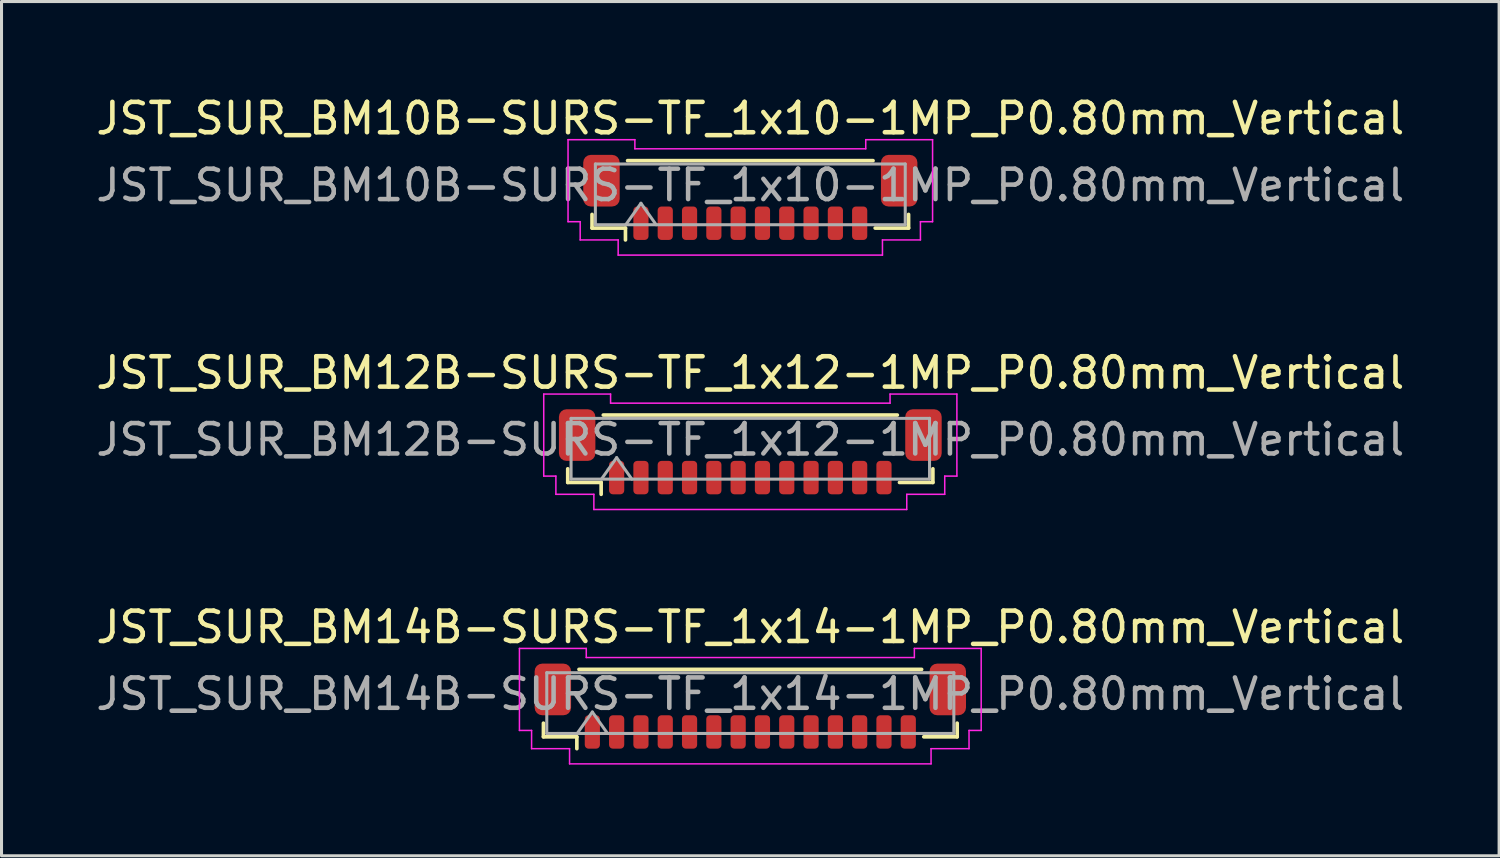
<source format=kicad_pcb>
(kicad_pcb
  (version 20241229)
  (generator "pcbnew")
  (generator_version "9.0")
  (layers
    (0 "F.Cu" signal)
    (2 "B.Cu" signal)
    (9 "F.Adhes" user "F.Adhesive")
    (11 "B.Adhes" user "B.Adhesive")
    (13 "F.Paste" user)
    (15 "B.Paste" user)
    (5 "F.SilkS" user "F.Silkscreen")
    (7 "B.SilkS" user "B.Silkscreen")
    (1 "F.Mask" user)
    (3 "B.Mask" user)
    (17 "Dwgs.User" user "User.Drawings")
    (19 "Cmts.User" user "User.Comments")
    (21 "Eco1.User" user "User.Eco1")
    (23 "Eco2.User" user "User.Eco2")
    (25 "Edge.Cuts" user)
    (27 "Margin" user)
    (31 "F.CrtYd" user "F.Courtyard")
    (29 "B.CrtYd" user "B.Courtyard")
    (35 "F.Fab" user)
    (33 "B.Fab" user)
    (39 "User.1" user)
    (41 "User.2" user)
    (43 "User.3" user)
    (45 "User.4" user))
  (footprint "JST_SUR_BM12B-SURS-TF_1x12-1MP_P0.80mm_Vertical"
    (layer "F.Cu")
    (at 21.649 11.822)
    (property "Reference" "JST_SUR_BM12B-SURS-TF_1x12-1MP_P0.80mm_Vertical" (at 0 -2.6 0) (layer "F.SilkS") (effects (font (size 1 1) (thickness 0.15))))
    (attr smd)
    (fp_line (start -6.01 0.56) (end -6.01 1.01) (stroke (width 0.12) (type solid)) (layer "F.SilkS"))
    (fp_line (start -6.01 1.01) (end -4.91 1.01) (stroke (width 0.12) (type solid)) (layer "F.SilkS"))
    (fp_line (start -4.91 1.01) (end -4.91 1.4) (stroke (width 0.12) (type solid)) (layer "F.SilkS"))
    (fp_line (start -4.84 -1.21) (end 4.84 -1.21) (stroke (width 0.12) (type solid)) (layer "F.SilkS"))
    (fp_line (start 6.01 0.56) (end 6.01 1.01) (stroke (width 0.12) (type solid)) (layer "F.SilkS"))
    (fp_line (start 6.01 1.01) (end 4.91 1.01) (stroke (width 0.12) (type solid)) (layer "F.SilkS"))
    (fp_line (start -6.8 -1.9) (end -4.6 -1.9) (stroke (width 0.05) (type solid)) (layer "F.CrtYd"))
    (fp_line (start -6.8 0.8) (end -6.8 -1.9) (stroke (width 0.05) (type solid)) (layer "F.CrtYd"))
    (fp_line (start -6.4 0.8) (end -6.8 0.8) (stroke (width 0.05) (type solid)) (layer "F.CrtYd"))
    (fp_line (start -6.4 1.4) (end -6.4 0.8) (stroke (width 0.05) (type solid)) (layer "F.CrtYd"))
    (fp_line (start -5.15 1.4) (end -6.4 1.4) (stroke (width 0.05) (type solid)) (layer "F.CrtYd"))
    (fp_line (start -5.15 1.9) (end -5.15 1.4) (stroke (width 0.05) (type solid)) (layer "F.CrtYd"))
    (fp_line (start -4.6 -1.9) (end -4.6 -1.6) (stroke (width 0.05) (type solid)) (layer "F.CrtYd"))
    (fp_line (start -4.6 -1.6) (end 4.6 -1.6) (stroke (width 0.05) (type solid)) (layer "F.CrtYd"))
    (fp_line (start 4.6 -1.9) (end 6.8 -1.9) (stroke (width 0.05) (type solid)) (layer "F.CrtYd"))
    (fp_line (start 4.6 -1.6) (end 4.6 -1.9) (stroke (width 0.05) (type solid)) (layer "F.CrtYd"))
    (fp_line (start 5.15 1.4) (end 5.15 1.9) (stroke (width 0.05) (type solid)) (layer "F.CrtYd"))
    (fp_line (start 5.15 1.9) (end -5.15 1.9) (stroke (width 0.05) (type solid)) (layer "F.CrtYd"))
    (fp_line (start 6.4 0.8) (end 6.4 1.4) (stroke (width 0.05) (type solid)) (layer "F.CrtYd"))
    (fp_line (start 6.4 1.4) (end 5.15 1.4) (stroke (width 0.05) (type solid)) (layer "F.CrtYd"))
    (fp_line (start 6.8 -1.9) (end 6.8 0.8) (stroke (width 0.05) (type solid)) (layer "F.CrtYd"))
    (fp_line (start 6.8 0.8) (end 6.4 0.8) (stroke (width 0.05) (type solid)) (layer "F.CrtYd"))
    (fp_line (start -5.9 -1.1) (end 5.9 -1.1) (stroke (width 0.1) (type solid)) (layer "F.Fab"))
    (fp_line (start -5.9 0.9) (end -5.9 -1.1) (stroke (width 0.1) (type solid)) (layer "F.Fab"))
    (fp_line (start -5.9 0.9) (end 5.9 0.9) (stroke (width 0.1) (type solid)) (layer "F.Fab"))
    (fp_line (start -4.9 0.9) (end -4.4 0.193) (stroke (width 0.1) (type solid)) (layer "F.Fab"))
    (fp_line (start -4.4 0.193) (end -3.9 0.9) (stroke (width 0.1) (type solid)) (layer "F.Fab"))
    (fp_line (start 5.9 0.9) (end 5.9 -1.1) (stroke (width 0.1) (type solid)) (layer "F.Fab"))
    (fp_text user "${REFERENCE}" (at 0 -0.4 0) (layer "F.Fab") (effects (font (size 1 1) (thickness 0.15))))
    (pad "1" smd roundrect (at -4.4 0.85) (size 0.5 1.1) (layers "F.Cu" "F.Mask" "F.Paste") (roundrect_rratio 0.25))
    (pad "2" smd roundrect (at -3.6 0.85) (size 0.5 1.1) (layers "F.Cu" "F.Mask" "F.Paste") (roundrect_rratio 0.25))
    (pad "3" smd roundrect (at -2.8 0.85) (size 0.5 1.1) (layers "F.Cu" "F.Mask" "F.Paste") (roundrect_rratio 0.25))
    (pad "4" smd roundrect (at -2 0.85) (size 0.5 1.1) (layers "F.Cu" "F.Mask" "F.Paste") (roundrect_rratio 0.25))
    (pad "5" smd roundrect (at -1.2 0.85) (size 0.5 1.1) (layers "F.Cu" "F.Mask" "F.Paste") (roundrect_rratio 0.25))
    (pad "6" smd roundrect (at -0.4 0.85) (size 0.5 1.1) (layers "F.Cu" "F.Mask" "F.Paste") (roundrect_rratio 0.25))
    (pad "7" smd roundrect (at 0.4 0.85) (size 0.5 1.1) (layers "F.Cu" "F.Mask" "F.Paste") (roundrect_rratio 0.25))
    (pad "8" smd roundrect (at 1.2 0.85) (size 0.5 1.1) (layers "F.Cu" "F.Mask" "F.Paste") (roundrect_rratio 0.25))
    (pad "9" smd roundrect (at 2 0.85) (size 0.5 1.1) (layers "F.Cu" "F.Mask" "F.Paste") (roundrect_rratio 0.25))
    (pad "10" smd roundrect (at 2.8 0.85) (size 0.5 1.1) (layers "F.Cu" "F.Mask" "F.Paste") (roundrect_rratio 0.25))
    (pad "11" smd roundrect (at 3.6 0.85) (size 0.5 1.1) (layers "F.Cu" "F.Mask" "F.Paste") (roundrect_rratio 0.25))
    (pad "12" smd roundrect (at 4.4 0.85) (size 0.5 1.1) (layers "F.Cu" "F.Mask" "F.Paste") (roundrect_rratio 0.25))
    (pad "MP" smd roundrect (at -5.7 -0.55) (size 1.2 1.7) (layers "F.Cu" "F.Mask" "F.Paste") (roundrect_rratio 0.208))
    (pad "MP" smd roundrect (at 5.7 -0.55) (size 1.2 1.7) (layers "F.Cu" "F.Mask" "F.Paste") (roundrect_rratio 0.208)))
  (footprint "JST_SUR_BM10B-SURS-TF_1x10-1MP_P0.80mm_Vertical"
    (layer "F.Cu")
    (at 21.649 3.448)
    (property "Reference" "JST_SUR_BM10B-SURS-TF_1x10-1MP_P0.80mm_Vertical" (at 0 -2.6 0) (layer "F.SilkS") (effects (font (size 1 1) (thickness 0.15))))
    (attr smd)
    (fp_line (start -5.21 0.56) (end -5.21 1.01) (stroke (width 0.12) (type solid)) (layer "F.SilkS"))
    (fp_line (start -5.21 1.01) (end -4.11 1.01) (stroke (width 0.12) (type solid)) (layer "F.SilkS"))
    (fp_line (start -4.11 1.01) (end -4.11 1.4) (stroke (width 0.12) (type solid)) (layer "F.SilkS"))
    (fp_line (start -4.04 -1.21) (end 4.04 -1.21) (stroke (width 0.12) (type solid)) (layer "F.SilkS"))
    (fp_line (start 5.21 0.56) (end 5.21 1.01) (stroke (width 0.12) (type solid)) (layer "F.SilkS"))
    (fp_line (start 5.21 1.01) (end 4.11 1.01) (stroke (width 0.12) (type solid)) (layer "F.SilkS"))
    (fp_line (start -6 -1.9) (end -3.8 -1.9) (stroke (width 0.05) (type solid)) (layer "F.CrtYd"))
    (fp_line (start -6 0.8) (end -6 -1.9) (stroke (width 0.05) (type solid)) (layer "F.CrtYd"))
    (fp_line (start -5.6 0.8) (end -6 0.8) (stroke (width 0.05) (type solid)) (layer "F.CrtYd"))
    (fp_line (start -5.6 1.4) (end -5.6 0.8) (stroke (width 0.05) (type solid)) (layer "F.CrtYd"))
    (fp_line (start -4.35 1.4) (end -5.6 1.4) (stroke (width 0.05) (type solid)) (layer "F.CrtYd"))
    (fp_line (start -4.35 1.9) (end -4.35 1.4) (stroke (width 0.05) (type solid)) (layer "F.CrtYd"))
    (fp_line (start -3.8 -1.9) (end -3.8 -1.6) (stroke (width 0.05) (type solid)) (layer "F.CrtYd"))
    (fp_line (start -3.8 -1.6) (end 3.8 -1.6) (stroke (width 0.05) (type solid)) (layer "F.CrtYd"))
    (fp_line (start 3.8 -1.9) (end 6 -1.9) (stroke (width 0.05) (type solid)) (layer "F.CrtYd"))
    (fp_line (start 3.8 -1.6) (end 3.8 -1.9) (stroke (width 0.05) (type solid)) (layer "F.CrtYd"))
    (fp_line (start 4.35 1.4) (end 4.35 1.9) (stroke (width 0.05) (type solid)) (layer "F.CrtYd"))
    (fp_line (start 4.35 1.9) (end -4.35 1.9) (stroke (width 0.05) (type solid)) (layer "F.CrtYd"))
    (fp_line (start 5.6 0.8) (end 5.6 1.4) (stroke (width 0.05) (type solid)) (layer "F.CrtYd"))
    (fp_line (start 5.6 1.4) (end 4.35 1.4) (stroke (width 0.05) (type solid)) (layer "F.CrtYd"))
    (fp_line (start 6 -1.9) (end 6 0.8) (stroke (width 0.05) (type solid)) (layer "F.CrtYd"))
    (fp_line (start 6 0.8) (end 5.6 0.8) (stroke (width 0.05) (type solid)) (layer "F.CrtYd"))
    (fp_line (start -5.1 -1.1) (end 5.1 -1.1) (stroke (width 0.1) (type solid)) (layer "F.Fab"))
    (fp_line (start -5.1 0.9) (end -5.1 -1.1) (stroke (width 0.1) (type solid)) (layer "F.Fab"))
    (fp_line (start -5.1 0.9) (end 5.1 0.9) (stroke (width 0.1) (type solid)) (layer "F.Fab"))
    (fp_line (start -4.1 0.9) (end -3.6 0.193) (stroke (width 0.1) (type solid)) (layer "F.Fab"))
    (fp_line (start -3.6 0.193) (end -3.1 0.9) (stroke (width 0.1) (type solid)) (layer "F.Fab"))
    (fp_line (start 5.1 0.9) (end 5.1 -1.1) (stroke (width 0.1) (type solid)) (layer "F.Fab"))
    (fp_text user "${REFERENCE}" (at 0 -0.4 0) (layer "F.Fab") (effects (font (size 1 1) (thickness 0.15))))
    (pad "1" smd roundrect (at -3.6 0.85) (size 0.5 1.1) (layers "F.Cu" "F.Mask" "F.Paste") (roundrect_rratio 0.25))
    (pad "2" smd roundrect (at -2.8 0.85) (size 0.5 1.1) (layers "F.Cu" "F.Mask" "F.Paste") (roundrect_rratio 0.25))
    (pad "3" smd roundrect (at -2 0.85) (size 0.5 1.1) (layers "F.Cu" "F.Mask" "F.Paste") (roundrect_rratio 0.25))
    (pad "4" smd roundrect (at -1.2 0.85) (size 0.5 1.1) (layers "F.Cu" "F.Mask" "F.Paste") (roundrect_rratio 0.25))
    (pad "5" smd roundrect (at -0.4 0.85) (size 0.5 1.1) (layers "F.Cu" "F.Mask" "F.Paste") (roundrect_rratio 0.25))
    (pad "6" smd roundrect (at 0.4 0.85) (size 0.5 1.1) (layers "F.Cu" "F.Mask" "F.Paste") (roundrect_rratio 0.25))
    (pad "7" smd roundrect (at 1.2 0.85) (size 0.5 1.1) (layers "F.Cu" "F.Mask" "F.Paste") (roundrect_rratio 0.25))
    (pad "8" smd roundrect (at 2 0.85) (size 0.5 1.1) (layers "F.Cu" "F.Mask" "F.Paste") (roundrect_rratio 0.25))
    (pad "9" smd roundrect (at 2.8 0.85) (size 0.5 1.1) (layers "F.Cu" "F.Mask" "F.Paste") (roundrect_rratio 0.25))
    (pad "10" smd roundrect (at 3.6 0.85) (size 0.5 1.1) (layers "F.Cu" "F.Mask" "F.Paste") (roundrect_rratio 0.25))
    (pad "MP" smd roundrect (at -4.9 -0.55) (size 1.2 1.7) (layers "F.Cu" "F.Mask" "F.Paste") (roundrect_rratio 0.208))
    (pad "MP" smd roundrect (at 4.9 -0.55) (size 1.2 1.7) (layers "F.Cu" "F.Mask" "F.Paste") (roundrect_rratio 0.208)))
  (footprint "JST_SUR_BM14B-SURS-TF_1x14-1MP_P0.80mm_Vertical"
    (layer "F.Cu")
    (at 21.649 20.195)
    (property "Reference" "JST_SUR_BM14B-SURS-TF_1x14-1MP_P0.80mm_Vertical" (at 0 -2.6 0) (layer "F.SilkS") (effects (font (size 1 1) (thickness 0.15))))
    (attr smd)
    (fp_line (start -6.81 0.56) (end -6.81 1.01) (stroke (width 0.12) (type solid)) (layer "F.SilkS"))
    (fp_line (start -6.81 1.01) (end -5.71 1.01) (stroke (width 0.12) (type solid)) (layer "F.SilkS"))
    (fp_line (start -5.71 1.01) (end -5.71 1.4) (stroke (width 0.12) (type solid)) (layer "F.SilkS"))
    (fp_line (start -5.64 -1.21) (end 5.64 -1.21) (stroke (width 0.12) (type solid)) (layer "F.SilkS"))
    (fp_line (start 6.81 0.56) (end 6.81 1.01) (stroke (width 0.12) (type solid)) (layer "F.SilkS"))
    (fp_line (start 6.81 1.01) (end 5.71 1.01) (stroke (width 0.12) (type solid)) (layer "F.SilkS"))
    (fp_line (start -7.6 -1.9) (end -5.4 -1.9) (stroke (width 0.05) (type solid)) (layer "F.CrtYd"))
    (fp_line (start -7.6 0.8) (end -7.6 -1.9) (stroke (width 0.05) (type solid)) (layer "F.CrtYd"))
    (fp_line (start -7.2 0.8) (end -7.6 0.8) (stroke (width 0.05) (type solid)) (layer "F.CrtYd"))
    (fp_line (start -7.2 1.4) (end -7.2 0.8) (stroke (width 0.05) (type solid)) (layer "F.CrtYd"))
    (fp_line (start -5.95 1.4) (end -7.2 1.4) (stroke (width 0.05) (type solid)) (layer "F.CrtYd"))
    (fp_line (start -5.95 1.9) (end -5.95 1.4) (stroke (width 0.05) (type solid)) (layer "F.CrtYd"))
    (fp_line (start -5.4 -1.9) (end -5.4 -1.6) (stroke (width 0.05) (type solid)) (layer "F.CrtYd"))
    (fp_line (start -5.4 -1.6) (end 5.4 -1.6) (stroke (width 0.05) (type solid)) (layer "F.CrtYd"))
    (fp_line (start 5.4 -1.9) (end 7.6 -1.9) (stroke (width 0.05) (type solid)) (layer "F.CrtYd"))
    (fp_line (start 5.4 -1.6) (end 5.4 -1.9) (stroke (width 0.05) (type solid)) (layer "F.CrtYd"))
    (fp_line (start 5.95 1.4) (end 5.95 1.9) (stroke (width 0.05) (type solid)) (layer "F.CrtYd"))
    (fp_line (start 5.95 1.9) (end -5.95 1.9) (stroke (width 0.05) (type solid)) (layer "F.CrtYd"))
    (fp_line (start 7.2 0.8) (end 7.2 1.4) (stroke (width 0.05) (type solid)) (layer "F.CrtYd"))
    (fp_line (start 7.2 1.4) (end 5.95 1.4) (stroke (width 0.05) (type solid)) (layer "F.CrtYd"))
    (fp_line (start 7.6 -1.9) (end 7.6 0.8) (stroke (width 0.05) (type solid)) (layer "F.CrtYd"))
    (fp_line (start 7.6 0.8) (end 7.2 0.8) (stroke (width 0.05) (type solid)) (layer "F.CrtYd"))
    (fp_line (start -6.7 -1.1) (end 6.7 -1.1) (stroke (width 0.1) (type solid)) (layer "F.Fab"))
    (fp_line (start -6.7 0.9) (end -6.7 -1.1) (stroke (width 0.1) (type solid)) (layer "F.Fab"))
    (fp_line (start -6.7 0.9) (end 6.7 0.9) (stroke (width 0.1) (type solid)) (layer "F.Fab"))
    (fp_line (start -5.7 0.9) (end -5.2 0.193) (stroke (width 0.1) (type solid)) (layer "F.Fab"))
    (fp_line (start -5.2 0.193) (end -4.7 0.9) (stroke (width 0.1) (type solid)) (layer "F.Fab"))
    (fp_line (start 6.7 0.9) (end 6.7 -1.1) (stroke (width 0.1) (type solid)) (layer "F.Fab"))
    (fp_text user "${REFERENCE}" (at 0 -0.4 0) (layer "F.Fab") (effects (font (size 1 1) (thickness 0.15))))
    (pad "1" smd roundrect (at -5.2 0.85) (size 0.5 1.1) (layers "F.Cu" "F.Mask" "F.Paste") (roundrect_rratio 0.25))
    (pad "2" smd roundrect (at -4.4 0.85) (size 0.5 1.1) (layers "F.Cu" "F.Mask" "F.Paste") (roundrect_rratio 0.25))
    (pad "3" smd roundrect (at -3.6 0.85) (size 0.5 1.1) (layers "F.Cu" "F.Mask" "F.Paste") (roundrect_rratio 0.25))
    (pad "4" smd roundrect (at -2.8 0.85) (size 0.5 1.1) (layers "F.Cu" "F.Mask" "F.Paste") (roundrect_rratio 0.25))
    (pad "5" smd roundrect (at -2 0.85) (size 0.5 1.1) (layers "F.Cu" "F.Mask" "F.Paste") (roundrect_rratio 0.25))
    (pad "6" smd roundrect (at -1.2 0.85) (size 0.5 1.1) (layers "F.Cu" "F.Mask" "F.Paste") (roundrect_rratio 0.25))
    (pad "7" smd roundrect (at -0.4 0.85) (size 0.5 1.1) (layers "F.Cu" "F.Mask" "F.Paste") (roundrect_rratio 0.25))
    (pad "8" smd roundrect (at 0.4 0.85) (size 0.5 1.1) (layers "F.Cu" "F.Mask" "F.Paste") (roundrect_rratio 0.25))
    (pad "9" smd roundrect (at 1.2 0.85) (size 0.5 1.1) (layers "F.Cu" "F.Mask" "F.Paste") (roundrect_rratio 0.25))
    (pad "10" smd roundrect (at 2 0.85) (size 0.5 1.1) (layers "F.Cu" "F.Mask" "F.Paste") (roundrect_rratio 0.25))
    (pad "11" smd roundrect (at 2.8 0.85) (size 0.5 1.1) (layers "F.Cu" "F.Mask" "F.Paste") (roundrect_rratio 0.25))
    (pad "12" smd roundrect (at 3.6 0.85) (size 0.5 1.1) (layers "F.Cu" "F.Mask" "F.Paste") (roundrect_rratio 0.25))
    (pad "13" smd roundrect (at 4.4 0.85) (size 0.5 1.1) (layers "F.Cu" "F.Mask" "F.Paste") (roundrect_rratio 0.25))
    (pad "14" smd roundrect (at 5.2 0.85) (size 0.5 1.1) (layers "F.Cu" "F.Mask" "F.Paste") (roundrect_rratio 0.25))
    (pad "MP" smd roundrect (at -6.5 -0.55) (size 1.2 1.7) (layers "F.Cu" "F.Mask" "F.Paste") (roundrect_rratio 0.208))
    (pad "MP" smd roundrect (at 6.5 -0.55) (size 1.2 1.7) (layers "F.Cu" "F.Mask" "F.Paste") (roundrect_rratio 0.208)))
  (gr_rect
    (start -3 -3)
    (end 46.298 25.12)
    (stroke (width 0.1) (type default))
    (fill no)
    (layer "Edge.Cuts")))
</source>
